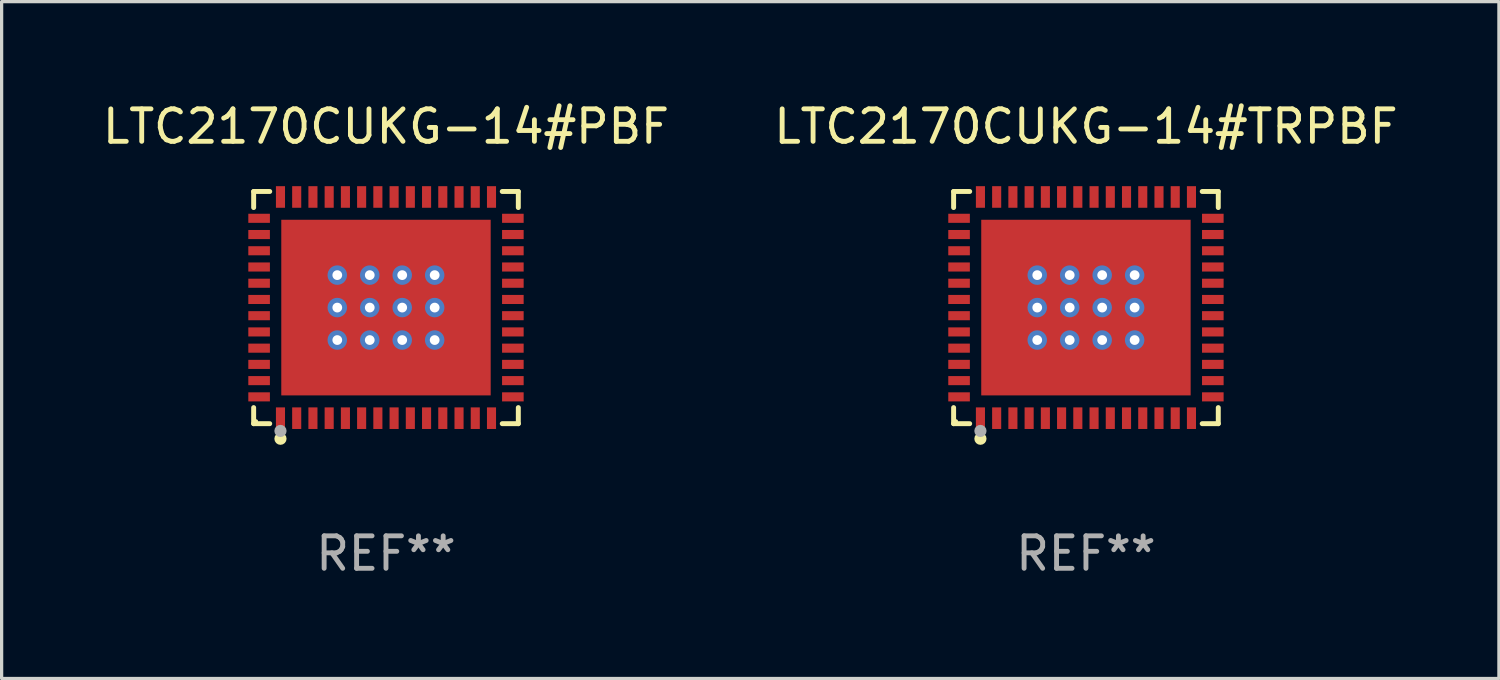
<source format=kicad_pcb>
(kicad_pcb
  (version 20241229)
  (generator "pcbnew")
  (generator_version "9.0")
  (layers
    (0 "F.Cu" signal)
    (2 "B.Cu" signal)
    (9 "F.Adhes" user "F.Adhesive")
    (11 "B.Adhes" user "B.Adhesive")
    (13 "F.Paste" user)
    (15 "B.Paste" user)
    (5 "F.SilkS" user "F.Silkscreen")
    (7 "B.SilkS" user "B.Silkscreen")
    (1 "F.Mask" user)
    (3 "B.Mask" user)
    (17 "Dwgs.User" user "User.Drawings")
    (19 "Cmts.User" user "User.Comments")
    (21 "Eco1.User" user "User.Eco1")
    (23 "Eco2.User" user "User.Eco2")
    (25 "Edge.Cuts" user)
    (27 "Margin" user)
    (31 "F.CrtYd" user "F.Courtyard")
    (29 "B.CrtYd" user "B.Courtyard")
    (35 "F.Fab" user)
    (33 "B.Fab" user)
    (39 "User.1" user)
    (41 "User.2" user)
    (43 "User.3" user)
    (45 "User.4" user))
  (footprint "LTC2170CUKG-14#PBF"
    (layer "F.Cu")
    (at 8.839 6.424)
    (property "Reference" "LTC2170CUKG-14#PBF" (at 0 -5.576 0) (layer "F.SilkS") (effects (font (size 1 1) (thickness 0.15))))
    (attr through_hole)
    (fp_line (start -4.076 -3.576) (end -3.581 -3.576) (stroke (width 0.152) (type solid)) (layer "F.SilkS"))
    (fp_line (start -4.076 -3.081) (end -4.076 -3.576) (stroke (width 0.152) (type solid)) (layer "F.SilkS"))
    (fp_line (start -4.076 3.081) (end -4.076 3.576) (stroke (width 0.152) (type solid)) (layer "F.SilkS"))
    (fp_line (start -4.076 3.576) (end -3.581 3.576) (stroke (width 0.152) (type solid)) (layer "F.SilkS"))
    (fp_line (start 4.076 -3.576) (end 3.581 -3.576) (stroke (width 0.152) (type solid)) (layer "F.SilkS"))
    (fp_line (start 4.076 -3.081) (end 4.076 -3.576) (stroke (width 0.152) (type solid)) (layer "F.SilkS"))
    (fp_line (start 4.076 3.081) (end 4.076 3.576) (stroke (width 0.152) (type solid)) (layer "F.SilkS"))
    (fp_line (start 4.076 3.576) (end 3.581 3.576) (stroke (width 0.152) (type solid)) (layer "F.SilkS"))
    (fp_circle (center -4 3.5) (end -3.97 3.5) (stroke (width 0.06) (type solid)) (fill no) (layer "F.SilkS"))
    (fp_circle (center -3.25 4.04) (end -3.156 4.04) (stroke (width 0.188) (type solid)) (fill no) (layer "F.SilkS"))
    (fp_circle (center -3.25 3.8) (end -3.156 3.8) (stroke (width 0.188) (type solid)) (fill no) (layer "F.Fab"))
    (fp_text user "REF**" (at 0 7.576 0) (layer "F.Fab") (effects (font (size 1 1) (thickness 0.15))))
    (pad "1" smd rect (at -3.25 3.407) (size 0.28 0.665) (layers "F.Cu" "F.Mask" "F.Paste"))
    (pad "2" smd rect (at -2.75 3.407) (size 0.28 0.665) (layers "F.Cu" "F.Mask" "F.Paste"))
    (pad "3" smd rect (at -2.25 3.407) (size 0.28 0.665) (layers "F.Cu" "F.Mask" "F.Paste"))
    (pad "4" smd rect (at -1.75 3.407) (size 0.28 0.665) (layers "F.Cu" "F.Mask" "F.Paste"))
    (pad "5" smd rect (at -1.25 3.407) (size 0.28 0.665) (layers "F.Cu" "F.Mask" "F.Paste"))
    (pad "6" smd rect (at -0.75 3.407) (size 0.28 0.665) (layers "F.Cu" "F.Mask" "F.Paste"))
    (pad "7" smd rect (at -0.25 3.407) (size 0.28 0.665) (layers "F.Cu" "F.Mask" "F.Paste"))
    (pad "8" smd rect (at 0.25 3.407) (size 0.28 0.665) (layers "F.Cu" "F.Mask" "F.Paste"))
    (pad "9" smd rect (at 0.75 3.407) (size 0.28 0.665) (layers "F.Cu" "F.Mask" "F.Paste"))
    (pad "10" smd rect (at 1.25 3.407) (size 0.28 0.665) (layers "F.Cu" "F.Mask" "F.Paste"))
    (pad "11" smd rect (at 1.75 3.407) (size 0.28 0.665) (layers "F.Cu" "F.Mask" "F.Paste"))
    (pad "12" smd rect (at 2.25 3.407) (size 0.28 0.665) (layers "F.Cu" "F.Mask" "F.Paste"))
    (pad "13" smd rect (at 2.75 3.407) (size 0.28 0.665) (layers "F.Cu" "F.Mask" "F.Paste"))
    (pad "14" smd rect (at 3.25 3.407) (size 0.28 0.665) (layers "F.Cu" "F.Mask" "F.Paste"))
    (pad "15" smd rect (at 3.908 2.75) (size 0.665 0.28) (layers "F.Cu" "F.Mask" "F.Paste"))
    (pad "16" smd rect (at 3.908 2.25) (size 0.665 0.28) (layers "F.Cu" "F.Mask" "F.Paste"))
    (pad "17" smd rect (at 3.908 1.75) (size 0.665 0.28) (layers "F.Cu" "F.Mask" "F.Paste"))
    (pad "18" smd rect (at 3.908 1.25) (size 0.665 0.28) (layers "F.Cu" "F.Mask" "F.Paste"))
    (pad "19" smd rect (at 3.908 0.75) (size 0.665 0.28) (layers "F.Cu" "F.Mask" "F.Paste"))
    (pad "20" smd rect (at 3.908 0.25) (size 0.665 0.28) (layers "F.Cu" "F.Mask" "F.Paste"))
    (pad "21" smd rect (at 3.908 -0.25) (size 0.665 0.28) (layers "F.Cu" "F.Mask" "F.Paste"))
    (pad "22" smd rect (at 3.908 -0.75) (size 0.665 0.28) (layers "F.Cu" "F.Mask" "F.Paste"))
    (pad "23" smd rect (at 3.908 -1.25) (size 0.665 0.28) (layers "F.Cu" "F.Mask" "F.Paste"))
    (pad "24" smd rect (at 3.908 -1.75) (size 0.665 0.28) (layers "F.Cu" "F.Mask" "F.Paste"))
    (pad "25" smd rect (at 3.908 -2.25) (size 0.665 0.28) (layers "F.Cu" "F.Mask" "F.Paste"))
    (pad "26" smd rect (at 3.908 -2.75) (size 0.665 0.28) (layers "F.Cu" "F.Mask" "F.Paste"))
    (pad "27" smd rect (at 3.25 -3.407) (size 0.28 0.665) (layers "F.Cu" "F.Mask" "F.Paste"))
    (pad "28" smd rect (at 2.75 -3.407) (size 0.28 0.665) (layers "F.Cu" "F.Mask" "F.Paste"))
    (pad "29" smd rect (at 2.25 -3.407) (size 0.28 0.665) (layers "F.Cu" "F.Mask" "F.Paste"))
    (pad "30" smd rect (at 1.75 -3.407) (size 0.28 0.665) (layers "F.Cu" "F.Mask" "F.Paste"))
    (pad "31" smd rect (at 1.25 -3.407) (size 0.28 0.665) (layers "F.Cu" "F.Mask" "F.Paste"))
    (pad "32" smd rect (at 0.75 -3.407) (size 0.28 0.665) (layers "F.Cu" "F.Mask" "F.Paste"))
    (pad "33" smd rect (at 0.25 -3.407) (size 0.28 0.665) (layers "F.Cu" "F.Mask" "F.Paste"))
    (pad "34" smd rect (at -0.25 -3.407) (size 0.28 0.665) (layers "F.Cu" "F.Mask" "F.Paste"))
    (pad "35" smd rect (at -0.75 -3.407) (size 0.28 0.665) (layers "F.Cu" "F.Mask" "F.Paste"))
    (pad "36" smd rect (at -1.25 -3.407) (size 0.28 0.665) (layers "F.Cu" "F.Mask" "F.Paste"))
    (pad "37" smd rect (at -1.75 -3.407) (size 0.28 0.665) (layers "F.Cu" "F.Mask" "F.Paste"))
    (pad "38" smd rect (at -2.25 -3.407) (size 0.28 0.665) (layers "F.Cu" "F.Mask" "F.Paste"))
    (pad "39" smd rect (at -2.75 -3.407) (size 0.28 0.665) (layers "F.Cu" "F.Mask" "F.Paste"))
    (pad "40" smd rect (at -3.25 -3.407) (size 0.28 0.665) (layers "F.Cu" "F.Mask" "F.Paste"))
    (pad "41" smd rect (at -3.908 -2.75) (size 0.665 0.28) (layers "F.Cu" "F.Mask" "F.Paste"))
    (pad "42" smd rect (at -3.908 -2.25) (size 0.665 0.28) (layers "F.Cu" "F.Mask" "F.Paste"))
    (pad "43" smd rect (at -3.908 -1.75) (size 0.665 0.28) (layers "F.Cu" "F.Mask" "F.Paste"))
    (pad "44" smd rect (at -3.908 -1.25) (size 0.665 0.28) (layers "F.Cu" "F.Mask" "F.Paste"))
    (pad "45" smd rect (at -3.908 -0.75) (size 0.665 0.28) (layers "F.Cu" "F.Mask" "F.Paste"))
    (pad "46" smd rect (at -3.908 -0.25) (size 0.665 0.28) (layers "F.Cu" "F.Mask" "F.Paste"))
    (pad "47" smd rect (at -3.908 0.25) (size 0.665 0.28) (layers "F.Cu" "F.Mask" "F.Paste"))
    (pad "48" smd rect (at -3.908 0.75) (size 0.665 0.28) (layers "F.Cu" "F.Mask" "F.Paste"))
    (pad "49" smd rect (at -3.908 1.25) (size 0.665 0.28) (layers "F.Cu" "F.Mask" "F.Paste"))
    (pad "50" smd rect (at -3.908 1.75) (size 0.665 0.28) (layers "F.Cu" "F.Mask" "F.Paste"))
    (pad "51" smd rect (at -3.908 2.25) (size 0.665 0.28) (layers "F.Cu" "F.Mask" "F.Paste"))
    (pad "52" smd rect (at -3.908 2.75) (size 0.665 0.28) (layers "F.Cu" "F.Mask" "F.Paste"))
    (pad "53" thru_hole circle (at -1.5 -1) (size 0.6 0.6) (drill 0.3) (layers "*.Cu" "*.Mask"))
    (pad "53" thru_hole circle (at -1.5 0) (size 0.6 0.6) (drill 0.3) (layers "*.Cu" "*.Mask"))
    (pad "53" thru_hole circle (at -1.5 1) (size 0.6 0.6) (drill 0.3) (layers "*.Cu" "*.Mask"))
    (pad "53" thru_hole circle (at -0.5 -1) (size 0.6 0.6) (drill 0.3) (layers "*.Cu" "*.Mask"))
    (pad "53" thru_hole circle (at -0.5 0) (size 0.6 0.6) (drill 0.3) (layers "*.Cu" "*.Mask"))
    (pad "53" thru_hole circle (at -0.5 1) (size 0.6 0.6) (drill 0.3) (layers "*.Cu" "*.Mask"))
    (pad "53" smd rect (at 0 0) (size 6.45 5.41) (layers "F.Cu" "F.Mask" "F.Paste"))
    (pad "53" thru_hole circle (at 0.5 -1) (size 0.6 0.6) (drill 0.3) (layers "*.Cu" "*.Mask"))
    (pad "53" thru_hole circle (at 0.5 0) (size 0.6 0.6) (drill 0.3) (layers "*.Cu" "*.Mask"))
    (pad "53" thru_hole circle (at 0.5 1) (size 0.6 0.6) (drill 0.3) (layers "*.Cu" "*.Mask"))
    (pad "53" thru_hole circle (at 1.5 -1) (size 0.6 0.6) (drill 0.3) (layers "*.Cu" "*.Mask"))
    (pad "53" thru_hole circle (at 1.5 0) (size 0.6 0.6) (drill 0.3) (layers "*.Cu" "*.Mask"))
    (pad "53" thru_hole circle (at 1.5 1) (size 0.6 0.6) (drill 0.3) (layers "*.Cu" "*.Mask")))
  (footprint "LTC2170CUKG-14#TRPBF"
    (layer "F.Cu")
    (at 30.399 6.424)
    (property "Reference" "LTC2170CUKG-14#TRPBF" (at 0 -5.576 0) (layer "F.SilkS") (effects (font (size 1 1) (thickness 0.15))))
    (attr through_hole)
    (fp_line (start -4.076 -3.576) (end -3.581 -3.576) (stroke (width 0.152) (type solid)) (layer "F.SilkS"))
    (fp_line (start -4.076 -3.081) (end -4.076 -3.576) (stroke (width 0.152) (type solid)) (layer "F.SilkS"))
    (fp_line (start -4.076 3.081) (end -4.076 3.576) (stroke (width 0.152) (type solid)) (layer "F.SilkS"))
    (fp_line (start -4.076 3.576) (end -3.581 3.576) (stroke (width 0.152) (type solid)) (layer "F.SilkS"))
    (fp_line (start 4.076 -3.576) (end 3.581 -3.576) (stroke (width 0.152) (type solid)) (layer "F.SilkS"))
    (fp_line (start 4.076 -3.081) (end 4.076 -3.576) (stroke (width 0.152) (type solid)) (layer "F.SilkS"))
    (fp_line (start 4.076 3.081) (end 4.076 3.576) (stroke (width 0.152) (type solid)) (layer "F.SilkS"))
    (fp_line (start 4.076 3.576) (end 3.581 3.576) (stroke (width 0.152) (type solid)) (layer "F.SilkS"))
    (fp_circle (center -4 3.5) (end -3.97 3.5) (stroke (width 0.06) (type solid)) (fill no) (layer "F.SilkS"))
    (fp_circle (center -3.25 4.04) (end -3.156 4.04) (stroke (width 0.188) (type solid)) (fill no) (layer "F.SilkS"))
    (fp_circle (center -3.25 3.8) (end -3.156 3.8) (stroke (width 0.188) (type solid)) (fill no) (layer "F.Fab"))
    (fp_text user "REF**" (at 0 7.576 0) (layer "F.Fab") (effects (font (size 1 1) (thickness 0.15))))
    (pad "1" smd rect (at -3.25 3.407) (size 0.28 0.665) (layers "F.Cu" "F.Mask" "F.Paste"))
    (pad "2" smd rect (at -2.75 3.407) (size 0.28 0.665) (layers "F.Cu" "F.Mask" "F.Paste"))
    (pad "3" smd rect (at -2.25 3.407) (size 0.28 0.665) (layers "F.Cu" "F.Mask" "F.Paste"))
    (pad "4" smd rect (at -1.75 3.407) (size 0.28 0.665) (layers "F.Cu" "F.Mask" "F.Paste"))
    (pad "5" smd rect (at -1.25 3.407) (size 0.28 0.665) (layers "F.Cu" "F.Mask" "F.Paste"))
    (pad "6" smd rect (at -0.75 3.407) (size 0.28 0.665) (layers "F.Cu" "F.Mask" "F.Paste"))
    (pad "7" smd rect (at -0.25 3.407) (size 0.28 0.665) (layers "F.Cu" "F.Mask" "F.Paste"))
    (pad "8" smd rect (at 0.25 3.407) (size 0.28 0.665) (layers "F.Cu" "F.Mask" "F.Paste"))
    (pad "9" smd rect (at 0.75 3.407) (size 0.28 0.665) (layers "F.Cu" "F.Mask" "F.Paste"))
    (pad "10" smd rect (at 1.25 3.407) (size 0.28 0.665) (layers "F.Cu" "F.Mask" "F.Paste"))
    (pad "11" smd rect (at 1.75 3.407) (size 0.28 0.665) (layers "F.Cu" "F.Mask" "F.Paste"))
    (pad "12" smd rect (at 2.25 3.407) (size 0.28 0.665) (layers "F.Cu" "F.Mask" "F.Paste"))
    (pad "13" smd rect (at 2.75 3.407) (size 0.28 0.665) (layers "F.Cu" "F.Mask" "F.Paste"))
    (pad "14" smd rect (at 3.25 3.407) (size 0.28 0.665) (layers "F.Cu" "F.Mask" "F.Paste"))
    (pad "15" smd rect (at 3.908 2.75) (size 0.665 0.28) (layers "F.Cu" "F.Mask" "F.Paste"))
    (pad "16" smd rect (at 3.908 2.25) (size 0.665 0.28) (layers "F.Cu" "F.Mask" "F.Paste"))
    (pad "17" smd rect (at 3.908 1.75) (size 0.665 0.28) (layers "F.Cu" "F.Mask" "F.Paste"))
    (pad "18" smd rect (at 3.908 1.25) (size 0.665 0.28) (layers "F.Cu" "F.Mask" "F.Paste"))
    (pad "19" smd rect (at 3.908 0.75) (size 0.665 0.28) (layers "F.Cu" "F.Mask" "F.Paste"))
    (pad "20" smd rect (at 3.908 0.25) (size 0.665 0.28) (layers "F.Cu" "F.Mask" "F.Paste"))
    (pad "21" smd rect (at 3.908 -0.25) (size 0.665 0.28) (layers "F.Cu" "F.Mask" "F.Paste"))
    (pad "22" smd rect (at 3.908 -0.75) (size 0.665 0.28) (layers "F.Cu" "F.Mask" "F.Paste"))
    (pad "23" smd rect (at 3.908 -1.25) (size 0.665 0.28) (layers "F.Cu" "F.Mask" "F.Paste"))
    (pad "24" smd rect (at 3.908 -1.75) (size 0.665 0.28) (layers "F.Cu" "F.Mask" "F.Paste"))
    (pad "25" smd rect (at 3.908 -2.25) (size 0.665 0.28) (layers "F.Cu" "F.Mask" "F.Paste"))
    (pad "26" smd rect (at 3.908 -2.75) (size 0.665 0.28) (layers "F.Cu" "F.Mask" "F.Paste"))
    (pad "27" smd rect (at 3.25 -3.407) (size 0.28 0.665) (layers "F.Cu" "F.Mask" "F.Paste"))
    (pad "28" smd rect (at 2.75 -3.407) (size 0.28 0.665) (layers "F.Cu" "F.Mask" "F.Paste"))
    (pad "29" smd rect (at 2.25 -3.407) (size 0.28 0.665) (layers "F.Cu" "F.Mask" "F.Paste"))
    (pad "30" smd rect (at 1.75 -3.407) (size 0.28 0.665) (layers "F.Cu" "F.Mask" "F.Paste"))
    (pad "31" smd rect (at 1.25 -3.407) (size 0.28 0.665) (layers "F.Cu" "F.Mask" "F.Paste"))
    (pad "32" smd rect (at 0.75 -3.407) (size 0.28 0.665) (layers "F.Cu" "F.Mask" "F.Paste"))
    (pad "33" smd rect (at 0.25 -3.407) (size 0.28 0.665) (layers "F.Cu" "F.Mask" "F.Paste"))
    (pad "34" smd rect (at -0.25 -3.407) (size 0.28 0.665) (layers "F.Cu" "F.Mask" "F.Paste"))
    (pad "35" smd rect (at -0.75 -3.407) (size 0.28 0.665) (layers "F.Cu" "F.Mask" "F.Paste"))
    (pad "36" smd rect (at -1.25 -3.407) (size 0.28 0.665) (layers "F.Cu" "F.Mask" "F.Paste"))
    (pad "37" smd rect (at -1.75 -3.407) (size 0.28 0.665) (layers "F.Cu" "F.Mask" "F.Paste"))
    (pad "38" smd rect (at -2.25 -3.407) (size 0.28 0.665) (layers "F.Cu" "F.Mask" "F.Paste"))
    (pad "39" smd rect (at -2.75 -3.407) (size 0.28 0.665) (layers "F.Cu" "F.Mask" "F.Paste"))
    (pad "40" smd rect (at -3.25 -3.407) (size 0.28 0.665) (layers "F.Cu" "F.Mask" "F.Paste"))
    (pad "41" smd rect (at -3.908 -2.75) (size 0.665 0.28) (layers "F.Cu" "F.Mask" "F.Paste"))
    (pad "42" smd rect (at -3.908 -2.25) (size 0.665 0.28) (layers "F.Cu" "F.Mask" "F.Paste"))
    (pad "43" smd rect (at -3.908 -1.75) (size 0.665 0.28) (layers "F.Cu" "F.Mask" "F.Paste"))
    (pad "44" smd rect (at -3.908 -1.25) (size 0.665 0.28) (layers "F.Cu" "F.Mask" "F.Paste"))
    (pad "45" smd rect (at -3.908 -0.75) (size 0.665 0.28) (layers "F.Cu" "F.Mask" "F.Paste"))
    (pad "46" smd rect (at -3.908 -0.25) (size 0.665 0.28) (layers "F.Cu" "F.Mask" "F.Paste"))
    (pad "47" smd rect (at -3.908 0.25) (size 0.665 0.28) (layers "F.Cu" "F.Mask" "F.Paste"))
    (pad "48" smd rect (at -3.908 0.75) (size 0.665 0.28) (layers "F.Cu" "F.Mask" "F.Paste"))
    (pad "49" smd rect (at -3.908 1.25) (size 0.665 0.28) (layers "F.Cu" "F.Mask" "F.Paste"))
    (pad "50" smd rect (at -3.908 1.75) (size 0.665 0.28) (layers "F.Cu" "F.Mask" "F.Paste"))
    (pad "51" smd rect (at -3.908 2.25) (size 0.665 0.28) (layers "F.Cu" "F.Mask" "F.Paste"))
    (pad "52" smd rect (at -3.908 2.75) (size 0.665 0.28) (layers "F.Cu" "F.Mask" "F.Paste"))
    (pad "53" thru_hole circle (at -1.5 -1) (size 0.6 0.6) (drill 0.3) (layers "*.Cu" "*.Mask"))
    (pad "53" thru_hole circle (at -1.5 0) (size 0.6 0.6) (drill 0.3) (layers "*.Cu" "*.Mask"))
    (pad "53" thru_hole circle (at -1.5 1) (size 0.6 0.6) (drill 0.3) (layers "*.Cu" "*.Mask"))
    (pad "53" thru_hole circle (at -0.5 -1) (size 0.6 0.6) (drill 0.3) (layers "*.Cu" "*.Mask"))
    (pad "53" thru_hole circle (at -0.5 0) (size 0.6 0.6) (drill 0.3) (layers "*.Cu" "*.Mask"))
    (pad "53" thru_hole circle (at -0.5 1) (size 0.6 0.6) (drill 0.3) (layers "*.Cu" "*.Mask"))
    (pad "53" smd rect (at 0 0) (size 6.45 5.41) (layers "F.Cu" "F.Mask" "F.Paste"))
    (pad "53" thru_hole circle (at 0.5 -1) (size 0.6 0.6) (drill 0.3) (layers "*.Cu" "*.Mask"))
    (pad "53" thru_hole circle (at 0.5 0) (size 0.6 0.6) (drill 0.3) (layers "*.Cu" "*.Mask"))
    (pad "53" thru_hole circle (at 0.5 1) (size 0.6 0.6) (drill 0.3) (layers "*.Cu" "*.Mask"))
    (pad "53" thru_hole circle (at 1.5 -1) (size 0.6 0.6) (drill 0.3) (layers "*.Cu" "*.Mask"))
    (pad "53" thru_hole circle (at 1.5 0) (size 0.6 0.6) (drill 0.3) (layers "*.Cu" "*.Mask"))
    (pad "53" thru_hole circle (at 1.5 1) (size 0.6 0.6) (drill 0.3) (layers "*.Cu" "*.Mask")))
  (gr_rect
    (start -3 -3)
    (end 43.119 17.849)
    (stroke (width 0.1) (type default))
    (fill no)
    (layer "Edge.Cuts")))
</source>
